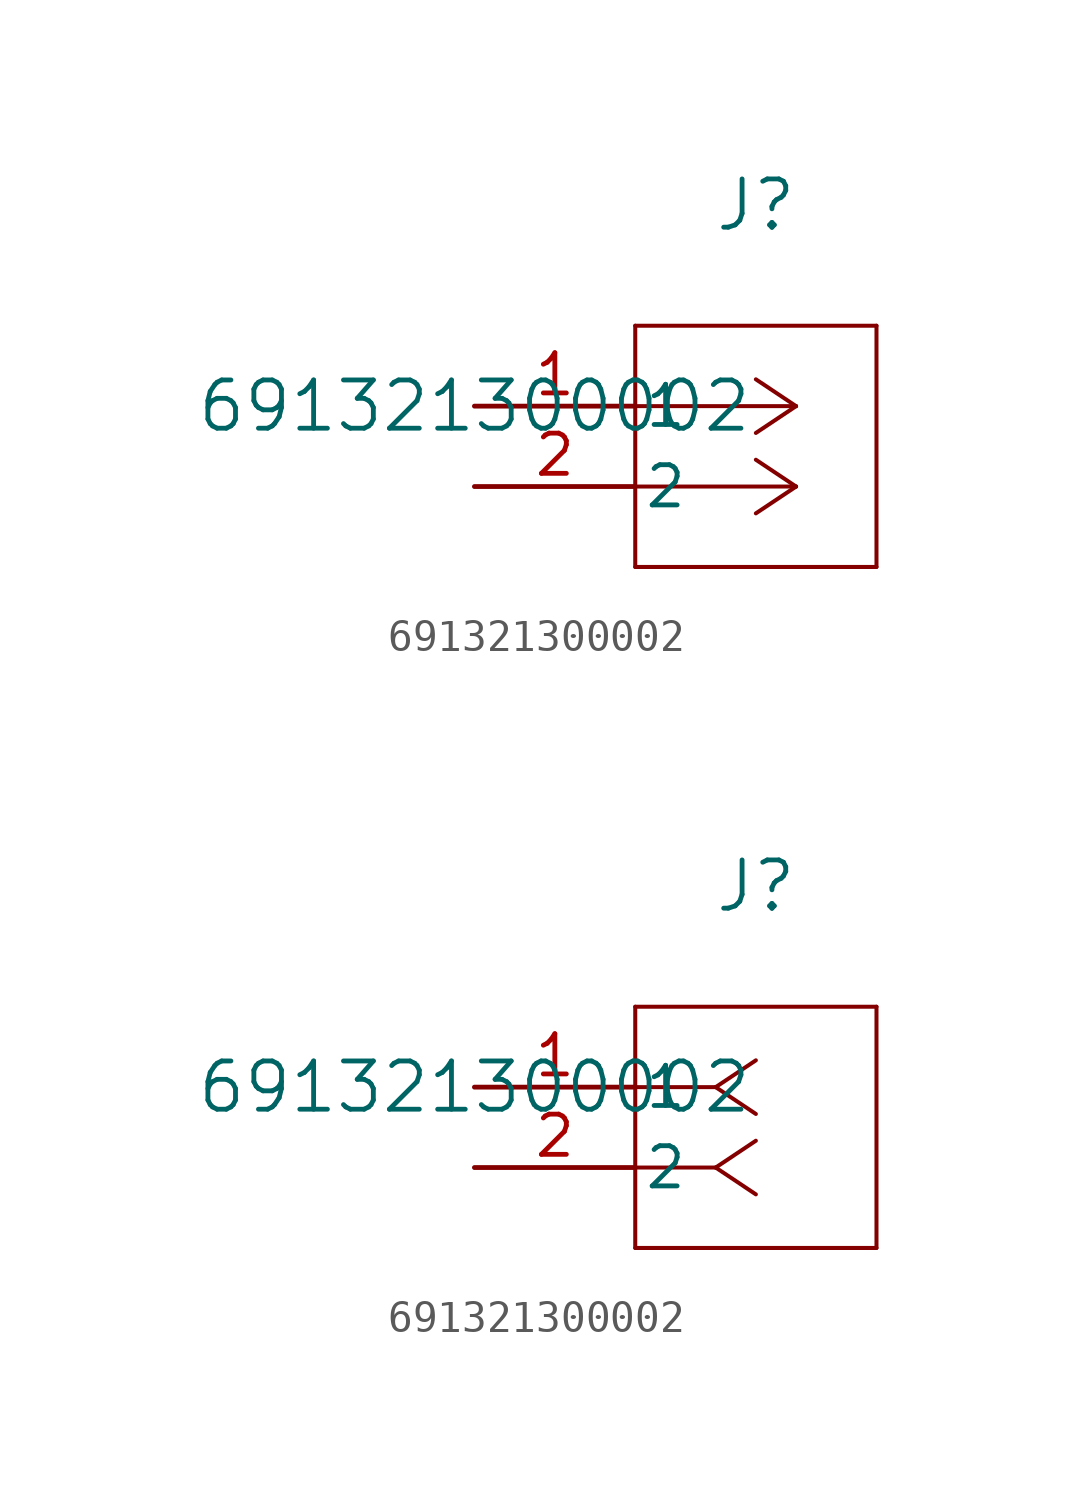
<source format=kicad_sym>
(kicad_symbol_lib
  (version 20211014)
  (generator kicad_symbol_editor)
  (symbol "691321300002"
    (pin_names
      (offset 0.254))
    (property "Reference" "J"
      (at 8.89 6.35 0)
      (effects (font (size 1.524 1.524))))
    (property "Value" "691321300002"
      (at 0 0 0)
      (effects (font (size 1.524 1.524))))
    (symbol "691321300002_1_1"
      (polyline (pts (xy 10.16 0) (xy 5.08 0)) (stroke (width 0.127) (type default) (color 0 0 0 0)) (fill (type none)))
      (polyline (pts (xy 10.16 -2.54) (xy 5.08 -2.54)) (stroke (width 0.127) (type default) (color 0 0 0 0)) (fill (type none)))
      (polyline (pts (xy 10.16 0) (xy 8.89 0.847)) (stroke (width 0.127) (type default) (color 0 0 0 0)) (fill (type none)))
      (polyline (pts (xy 10.16 -2.54) (xy 8.89 -1.693)) (stroke (width 0.127) (type default) (color 0 0 0 0)) (fill (type none)))
      (polyline (pts (xy 10.16 0) (xy 8.89 -0.847)) (stroke (width 0.127) (type default) (color 0 0 0 0)) (fill (type none)))
      (polyline (pts (xy 10.16 -2.54) (xy 8.89 -3.387)) (stroke (width 0.127) (type default) (color 0 0 0 0)) (fill (type none)))
      (polyline (pts (xy 5.08 2.54) (xy 5.08 -5.08)) (stroke (width 0.127) (type default) (color 0 0 0 0)) (fill (type none)))
      (polyline (pts (xy 5.08 -5.08) (xy 12.7 -5.08)) (stroke (width 0.127) (type default) (color 0 0 0 0)) (fill (type none)))
      (polyline (pts (xy 12.7 -5.08) (xy 12.7 2.54)) (stroke (width 0.127) (type default) (color 0 0 0 0)) (fill (type none)))
      (polyline (pts (xy 12.7 2.54) (xy 5.08 2.54)) (stroke (width 0.127) (type default) (color 0 0 0 0)) (fill (type none)))
      (pin unspecified line (at 0 0 0) (length 5.08) (name "1" (effects (font (size 1.27 1.27)))) (number "1" (effects (font (size 1.27 1.27)))))
      (pin unspecified line (at 0 -2.54 0) (length 5.08) (name "2" (effects (font (size 1.27 1.27)))) (number "2" (effects (font (size 1.27 1.27))))))
    (symbol "691321300002_1_2"
      (polyline (pts (xy 7.62 0) (xy 5.08 0)) (stroke (width 0.127) (type default) (color 0 0 0 0)) (fill (type none)))
      (polyline (pts (xy 7.62 -2.54) (xy 5.08 -2.54)) (stroke (width 0.127) (type default) (color 0 0 0 0)) (fill (type none)))
      (polyline (pts (xy 7.62 0) (xy 8.89 0.847)) (stroke (width 0.127) (type default) (color 0 0 0 0)) (fill (type none)))
      (polyline (pts (xy 7.62 -2.54) (xy 8.89 -1.693)) (stroke (width 0.127) (type default) (color 0 0 0 0)) (fill (type none)))
      (polyline (pts (xy 7.62 0) (xy 8.89 -0.847)) (stroke (width 0.127) (type default) (color 0 0 0 0)) (fill (type none)))
      (polyline (pts (xy 7.62 -2.54) (xy 8.89 -3.387)) (stroke (width 0.127) (type default) (color 0 0 0 0)) (fill (type none)))
      (polyline (pts (xy 5.08 2.54) (xy 5.08 -5.08)) (stroke (width 0.127) (type default) (color 0 0 0 0)) (fill (type none)))
      (polyline (pts (xy 5.08 -5.08) (xy 12.7 -5.08)) (stroke (width 0.127) (type default) (color 0 0 0 0)) (fill (type none)))
      (polyline (pts (xy 12.7 -5.08) (xy 12.7 2.54)) (stroke (width 0.127) (type default) (color 0 0 0 0)) (fill (type none)))
      (polyline (pts (xy 12.7 2.54) (xy 5.08 2.54)) (stroke (width 0.127) (type default) (color 0 0 0 0)) (fill (type none)))
      (pin unspecified line (at 0 0 0) (length 5.08) (name "1" (effects (font (size 1.27 1.27)))) (number "1" (effects (font (size 1.27 1.27)))))
      (pin unspecified line (at 0 -2.54 0) (length 5.08) (name "2" (effects (font (size 1.27 1.27)))) (number "2" (effects (font (size 1.27 1.27))))))))
</source>
